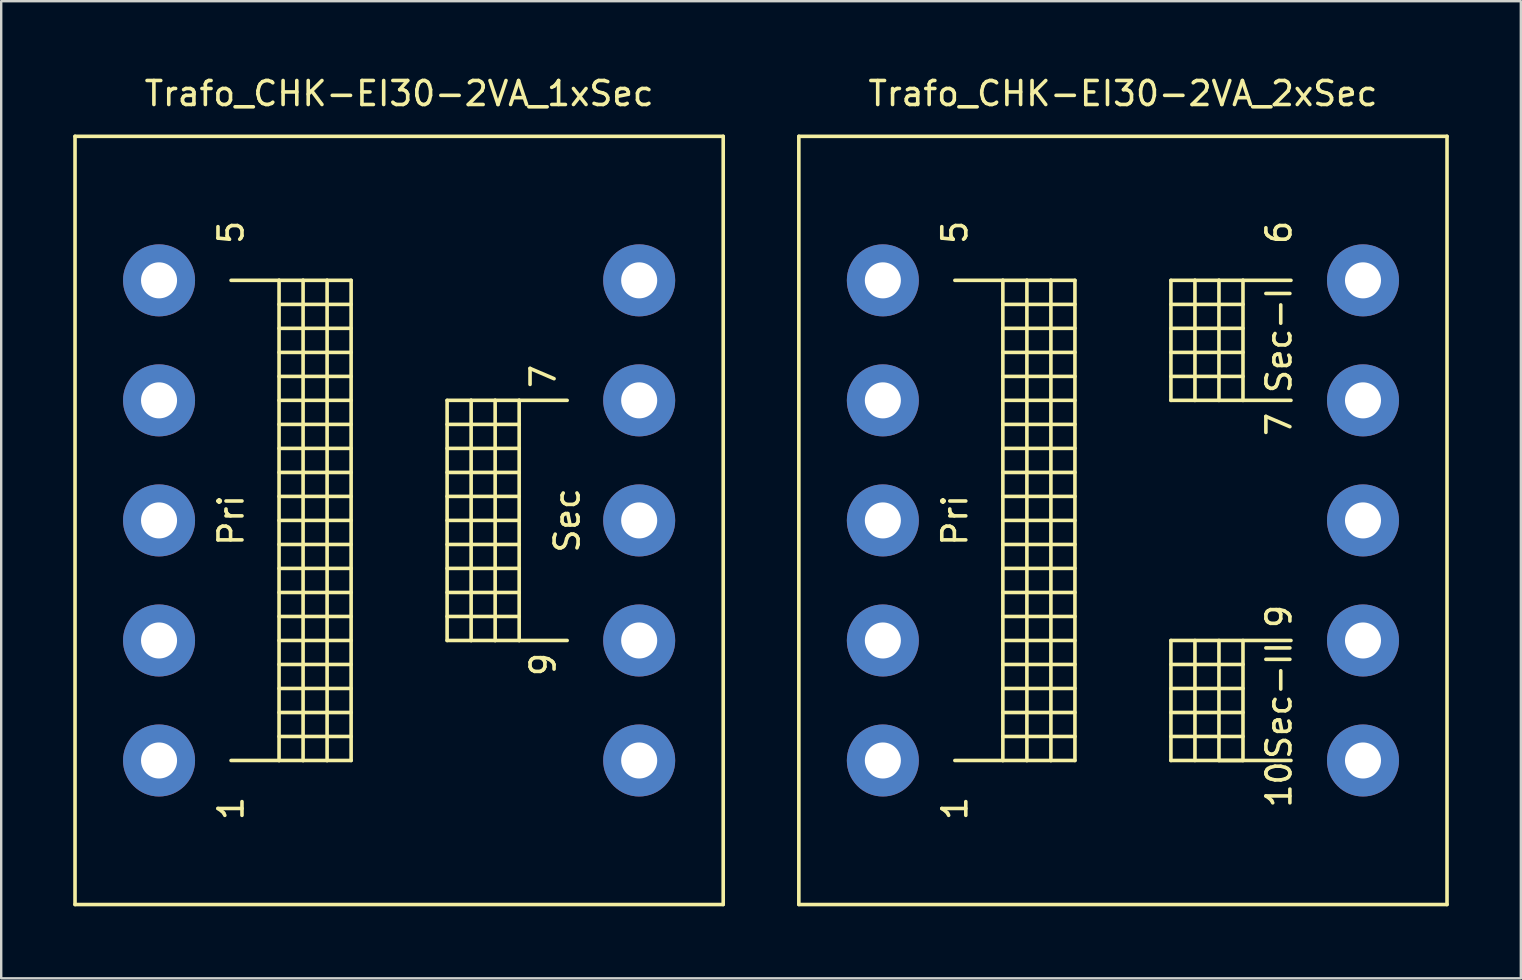
<source format=kicad_pcb>
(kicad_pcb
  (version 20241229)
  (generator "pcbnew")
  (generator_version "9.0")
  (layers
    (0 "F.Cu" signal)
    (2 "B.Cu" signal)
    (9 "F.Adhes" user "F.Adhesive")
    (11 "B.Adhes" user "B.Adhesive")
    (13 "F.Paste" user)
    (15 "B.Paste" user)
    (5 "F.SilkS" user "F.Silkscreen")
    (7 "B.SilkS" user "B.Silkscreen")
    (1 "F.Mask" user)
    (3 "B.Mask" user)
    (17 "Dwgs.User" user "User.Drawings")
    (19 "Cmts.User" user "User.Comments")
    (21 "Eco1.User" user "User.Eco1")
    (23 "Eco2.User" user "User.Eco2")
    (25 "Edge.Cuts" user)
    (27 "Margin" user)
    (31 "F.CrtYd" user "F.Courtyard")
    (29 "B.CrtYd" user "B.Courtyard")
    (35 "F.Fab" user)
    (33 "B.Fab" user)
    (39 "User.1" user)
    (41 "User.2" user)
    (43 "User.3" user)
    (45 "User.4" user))
  (footprint "Trafo_CHK-EI30-2VA_2xSec"
    (layer "F.Cu")
    (at 43.725 18.628)
    (property "Reference" "Trafo_CHK-EI30-2VA_2xSec" (at 0 -17.78 0) (layer "F.SilkS") (effects (font (size 1 1) (thickness 0.15))))
    (attr through_hole)
    (fp_line (start -13.5 -15.999) (end -13.5 15.999) (stroke (width 0.15) (type solid)) (layer "F.SilkS"))
    (fp_line (start -13.5 15.999) (end 13.5 15.999) (stroke (width 0.15) (type solid)) (layer "F.SilkS"))
    (fp_line (start -7 -10) (end -5.001 -10) (stroke (width 0.15) (type solid)) (layer "F.SilkS"))
    (fp_line (start -5.001 -10) (end -5.001 10) (stroke (width 0.15) (type solid)) (layer "F.SilkS"))
    (fp_line (start -5.001 -10) (end -4 -10) (stroke (width 0.15) (type solid)) (layer "F.SilkS"))
    (fp_line (start -5.001 -8.999) (end -1.999 -8.999) (stroke (width 0.15) (type solid)) (layer "F.SilkS"))
    (fp_line (start -5.001 -7) (end -1.999 -7) (stroke (width 0.15) (type solid)) (layer "F.SilkS"))
    (fp_line (start -5.001 -5.001) (end -1.999 -5.001) (stroke (width 0.15) (type solid)) (layer "F.SilkS"))
    (fp_line (start -5.001 -3) (end -1.999 -3) (stroke (width 0.15) (type solid)) (layer "F.SilkS"))
    (fp_line (start -5.001 -1.001) (end -1.999 -1.001) (stroke (width 0.15) (type solid)) (layer "F.SilkS"))
    (fp_line (start -5.001 1.001) (end -1.999 1.001) (stroke (width 0.15) (type solid)) (layer "F.SilkS"))
    (fp_line (start -5.001 3) (end -1.999 3) (stroke (width 0.15) (type solid)) (layer "F.SilkS"))
    (fp_line (start -5.001 5.001) (end -1.999 5.001) (stroke (width 0.15) (type solid)) (layer "F.SilkS"))
    (fp_line (start -5.001 7) (end -1.999 7) (stroke (width 0.15) (type solid)) (layer "F.SilkS"))
    (fp_line (start -5.001 8.999) (end -1.999 8.999) (stroke (width 0.15) (type solid)) (layer "F.SilkS"))
    (fp_line (start -5.001 10) (end -7 10) (stroke (width 0.15) (type solid)) (layer "F.SilkS"))
    (fp_line (start -4 -10) (end -4 10) (stroke (width 0.15) (type solid)) (layer "F.SilkS"))
    (fp_line (start -4 -10) (end -3 -10) (stroke (width 0.15) (type solid)) (layer "F.SilkS"))
    (fp_line (start -4 10) (end -5.001 10) (stroke (width 0.15) (type solid)) (layer "F.SilkS"))
    (fp_line (start -3 -10) (end -3 10) (stroke (width 0.15) (type solid)) (layer "F.SilkS"))
    (fp_line (start -3 -10) (end -1.999 -10) (stroke (width 0.15) (type solid)) (layer "F.SilkS"))
    (fp_line (start -3 10) (end -4 10) (stroke (width 0.15) (type solid)) (layer "F.SilkS"))
    (fp_line (start -1.999 -10) (end -1.999 10) (stroke (width 0.15) (type solid)) (layer "F.SilkS"))
    (fp_line (start -1.999 -8.001) (end -5.001 -8.001) (stroke (width 0.15) (type solid)) (layer "F.SilkS"))
    (fp_line (start -1.999 -5.999) (end -5.001 -5.999) (stroke (width 0.15) (type solid)) (layer "F.SilkS"))
    (fp_line (start -1.999 -4) (end -5.001 -4) (stroke (width 0.15) (type solid)) (layer "F.SilkS"))
    (fp_line (start -1.999 -1.999) (end -5.001 -1.999) (stroke (width 0.15) (type solid)) (layer "F.SilkS"))
    (fp_line (start -1.999 0) (end -5.001 0) (stroke (width 0.15) (type solid)) (layer "F.SilkS"))
    (fp_line (start -1.999 1.999) (end -5.001 1.999) (stroke (width 0.15) (type solid)) (layer "F.SilkS"))
    (fp_line (start -1.999 4) (end -5.001 4) (stroke (width 0.15) (type solid)) (layer "F.SilkS"))
    (fp_line (start -1.999 5.999) (end -5.001 5.999) (stroke (width 0.15) (type solid)) (layer "F.SilkS"))
    (fp_line (start -1.999 8.001) (end -5.001 8.001) (stroke (width 0.15) (type solid)) (layer "F.SilkS"))
    (fp_line (start -1.999 10) (end -3 10) (stroke (width 0.15) (type solid)) (layer "F.SilkS"))
    (fp_line (start 1.999 -10) (end 1.999 -5.001) (stroke (width 0.15) (type solid)) (layer "F.SilkS"))
    (fp_line (start 1.999 -8.999) (end 5.001 -8.999) (stroke (width 0.15) (type solid)) (layer "F.SilkS"))
    (fp_line (start 1.999 -7) (end 5.001 -7) (stroke (width 0.15) (type solid)) (layer "F.SilkS"))
    (fp_line (start 1.999 -5.001) (end 3 -5.001) (stroke (width 0.15) (type solid)) (layer "F.SilkS"))
    (fp_line (start 1.999 5.001) (end 1.999 10) (stroke (width 0.15) (type solid)) (layer "F.SilkS"))
    (fp_line (start 1.999 5.999) (end 5.001 5.999) (stroke (width 0.15) (type solid)) (layer "F.SilkS"))
    (fp_line (start 1.999 8.001) (end 5.001 8.001) (stroke (width 0.15) (type solid)) (layer "F.SilkS"))
    (fp_line (start 1.999 10) (end 7 10) (stroke (width 0.15) (type solid)) (layer "F.SilkS"))
    (fp_line (start 3 -10) (end 1.999 -10) (stroke (width 0.15) (type solid)) (layer "F.SilkS"))
    (fp_line (start 3 -10) (end 3 -5.001) (stroke (width 0.15) (type solid)) (layer "F.SilkS"))
    (fp_line (start 3 -5.001) (end 4 -5.001) (stroke (width 0.15) (type solid)) (layer "F.SilkS"))
    (fp_line (start 3 5.001) (end 3 10) (stroke (width 0.15) (type solid)) (layer "F.SilkS"))
    (fp_line (start 4 -10) (end 3 -10) (stroke (width 0.15) (type solid)) (layer "F.SilkS"))
    (fp_line (start 4 -10) (end 4 -5.001) (stroke (width 0.15) (type solid)) (layer "F.SilkS"))
    (fp_line (start 4 -5.001) (end 5.001 -5.001) (stroke (width 0.15) (type solid)) (layer "F.SilkS"))
    (fp_line (start 4 10) (end 4 5.001) (stroke (width 0.15) (type solid)) (layer "F.SilkS"))
    (fp_line (start 5.001 -10) (end 4 -10) (stroke (width 0.15) (type solid)) (layer "F.SilkS"))
    (fp_line (start 5.001 -10) (end 5.001 -5.001) (stroke (width 0.15) (type solid)) (layer "F.SilkS"))
    (fp_line (start 5.001 -8.001) (end 1.999 -8.001) (stroke (width 0.15) (type solid)) (layer "F.SilkS"))
    (fp_line (start 5.001 -5.999) (end 1.999 -5.999) (stroke (width 0.15) (type solid)) (layer "F.SilkS"))
    (fp_line (start 5.001 -5.001) (end 7 -5.001) (stroke (width 0.15) (type solid)) (layer "F.SilkS"))
    (fp_line (start 5.001 5.001) (end 5.001 10) (stroke (width 0.15) (type solid)) (layer "F.SilkS"))
    (fp_line (start 5.001 7) (end 1.999 7) (stroke (width 0.15) (type solid)) (layer "F.SilkS"))
    (fp_line (start 5.001 8.999) (end 1.999 8.999) (stroke (width 0.15) (type solid)) (layer "F.SilkS"))
    (fp_line (start 5.001 10) (end 4 10) (stroke (width 0.15) (type solid)) (layer "F.SilkS"))
    (fp_line (start 7 -10) (end 5.001 -10) (stroke (width 0.15) (type solid)) (layer "F.SilkS"))
    (fp_line (start 7 5.001) (end 1.999 5.001) (stroke (width 0.15) (type solid)) (layer "F.SilkS"))
    (fp_line (start 13.5 -15.999) (end -13.5 -15.999) (stroke (width 0.15) (type solid)) (layer "F.SilkS"))
    (fp_line (start 13.5 15.999) (end 13.5 -15.999) (stroke (width 0.15) (type solid)) (layer "F.SilkS"))
    (fp_text user "Sec-I" (at 6.5 -7.501 90) (layer "F.SilkS") (effects (font (size 1 1) (thickness 0.15))))
    (fp_text user "Pri" (at -7 0 90) (layer "F.SilkS") (effects (font (size 1 1) (thickness 0.15))))
    (fp_text user "1" (at -7 11.999 90) (layer "F.SilkS") (effects (font (size 1 1) (thickness 0.15))))
    (fp_text user "5" (at -7 -11.999 90) (layer "F.SilkS") (effects (font (size 1 1) (thickness 0.15))))
    (fp_text user "Sec-II" (at 6.5 7.501 90) (layer "F.SilkS") (effects (font (size 1 1) (thickness 0.15))))
    (fp_text user "7" (at 6.5 -4 90) (layer "F.SilkS") (effects (font (size 1 1) (thickness 0.15))))
    (fp_text user "10" (at 6.5 11.001 90) (layer "F.SilkS") (effects (font (size 1 1) (thickness 0.15))))
    (fp_text user "9" (at 6.5 4 90) (layer "F.SilkS") (effects (font (size 1 1) (thickness 0.15))))
    (fp_text user "6" (at 6.5 -11.999 90) (layer "F.SilkS") (effects (font (size 1 1) (thickness 0.15))))
    (pad "1" thru_hole circle (at -10 10) (size 3 3) (drill 1.501) (layers "*.Cu" "*.Mask"))
    (pad "2" thru_hole circle (at -10 5.001) (size 3 3) (drill 1.501) (layers "*.Cu" "*.Mask"))
    (pad "3" thru_hole circle (at -10 0) (size 3 3) (drill 1.501) (layers "*.Cu" "*.Mask"))
    (pad "4" thru_hole circle (at -10 -5.001) (size 3 3) (drill 1.501) (layers "*.Cu" "*.Mask"))
    (pad "5" thru_hole circle (at -10 -10) (size 3 3) (drill 1.501) (layers "*.Cu" "*.Mask"))
    (pad "6" thru_hole circle (at 10 -10) (size 3 3) (drill 1.501) (layers "*.Cu" "*.Mask"))
    (pad "7" thru_hole circle (at 10 -5.001) (size 3 3) (drill 1.501) (layers "*.Cu" "*.Mask"))
    (pad "8" thru_hole circle (at 10 0) (size 3 3) (drill 1.501) (layers "*.Cu" "*.Mask"))
    (pad "9" thru_hole circle (at 10 5.001) (size 3 3) (drill 1.501) (layers "*.Cu" "*.Mask"))
    (pad "10" thru_hole circle (at 10 10) (size 3 3) (drill 1.501) (layers "*.Cu" "*.Mask")))
  (footprint "Trafo_CHK-EI30-2VA_1xSec"
    (layer "F.Cu")
    (at 13.575 18.628)
    (property "Reference" "Trafo_CHK-EI30-2VA_1xSec" (at 0 -17.78 0) (layer "F.SilkS") (effects (font (size 1 1) (thickness 0.15))))
    (attr through_hole)
    (fp_line (start -13.5 -15.999) (end -13.5 15.999) (stroke (width 0.15) (type solid)) (layer "F.SilkS"))
    (fp_line (start -13.5 15.999) (end 13.5 15.999) (stroke (width 0.15) (type solid)) (layer "F.SilkS"))
    (fp_line (start -7 -10) (end -5.001 -10) (stroke (width 0.15) (type solid)) (layer "F.SilkS"))
    (fp_line (start -5.001 -10) (end -5.001 10) (stroke (width 0.15) (type solid)) (layer "F.SilkS"))
    (fp_line (start -5.001 -10) (end -4 -10) (stroke (width 0.15) (type solid)) (layer "F.SilkS"))
    (fp_line (start -5.001 -8.999) (end -1.999 -8.999) (stroke (width 0.15) (type solid)) (layer "F.SilkS"))
    (fp_line (start -5.001 -7) (end -1.999 -7) (stroke (width 0.15) (type solid)) (layer "F.SilkS"))
    (fp_line (start -5.001 -5.001) (end -1.999 -5.001) (stroke (width 0.15) (type solid)) (layer "F.SilkS"))
    (fp_line (start -5.001 -3) (end -1.999 -3) (stroke (width 0.15) (type solid)) (layer "F.SilkS"))
    (fp_line (start -5.001 -1.001) (end -1.999 -1.001) (stroke (width 0.15) (type solid)) (layer "F.SilkS"))
    (fp_line (start -5.001 1.001) (end -1.999 1.001) (stroke (width 0.15) (type solid)) (layer "F.SilkS"))
    (fp_line (start -5.001 3) (end -1.999 3) (stroke (width 0.15) (type solid)) (layer "F.SilkS"))
    (fp_line (start -5.001 5.001) (end -1.999 5.001) (stroke (width 0.15) (type solid)) (layer "F.SilkS"))
    (fp_line (start -5.001 7) (end -1.999 7) (stroke (width 0.15) (type solid)) (layer "F.SilkS"))
    (fp_line (start -5.001 8.999) (end -1.999 8.999) (stroke (width 0.15) (type solid)) (layer "F.SilkS"))
    (fp_line (start -5.001 10) (end -7 10) (stroke (width 0.15) (type solid)) (layer "F.SilkS"))
    (fp_line (start -4 -10) (end -4 10) (stroke (width 0.15) (type solid)) (layer "F.SilkS"))
    (fp_line (start -4 -10) (end -3 -10) (stroke (width 0.15) (type solid)) (layer "F.SilkS"))
    (fp_line (start -4 10) (end -5.001 10) (stroke (width 0.15) (type solid)) (layer "F.SilkS"))
    (fp_line (start -3 -10) (end -3 10) (stroke (width 0.15) (type solid)) (layer "F.SilkS"))
    (fp_line (start -3 -10) (end -1.999 -10) (stroke (width 0.15) (type solid)) (layer "F.SilkS"))
    (fp_line (start -3 10) (end -4 10) (stroke (width 0.15) (type solid)) (layer "F.SilkS"))
    (fp_line (start -1.999 -10) (end -1.999 10) (stroke (width 0.15) (type solid)) (layer "F.SilkS"))
    (fp_line (start -1.999 -8.001) (end -5.001 -8.001) (stroke (width 0.15) (type solid)) (layer "F.SilkS"))
    (fp_line (start -1.999 -5.999) (end -5.001 -5.999) (stroke (width 0.15) (type solid)) (layer "F.SilkS"))
    (fp_line (start -1.999 -4) (end -5.001 -4) (stroke (width 0.15) (type solid)) (layer "F.SilkS"))
    (fp_line (start -1.999 -1.999) (end -5.001 -1.999) (stroke (width 0.15) (type solid)) (layer "F.SilkS"))
    (fp_line (start -1.999 0) (end -5.001 0) (stroke (width 0.15) (type solid)) (layer "F.SilkS"))
    (fp_line (start -1.999 1.999) (end -5.001 1.999) (stroke (width 0.15) (type solid)) (layer "F.SilkS"))
    (fp_line (start -1.999 4) (end -5.001 4) (stroke (width 0.15) (type solid)) (layer "F.SilkS"))
    (fp_line (start -1.999 5.999) (end -5.001 5.999) (stroke (width 0.15) (type solid)) (layer "F.SilkS"))
    (fp_line (start -1.999 8.001) (end -5.001 8.001) (stroke (width 0.15) (type solid)) (layer "F.SilkS"))
    (fp_line (start -1.999 10) (end -3 10) (stroke (width 0.15) (type solid)) (layer "F.SilkS"))
    (fp_line (start 1.999 -5.001) (end 1.999 5.001) (stroke (width 0.15) (type solid)) (layer "F.SilkS"))
    (fp_line (start 1.999 -4) (end 5.001 -4) (stroke (width 0.15) (type solid)) (layer "F.SilkS"))
    (fp_line (start 1.999 -1.999) (end 5.001 -1.999) (stroke (width 0.15) (type solid)) (layer "F.SilkS"))
    (fp_line (start 1.999 0) (end 5.001 0) (stroke (width 0.15) (type solid)) (layer "F.SilkS"))
    (fp_line (start 1.999 1.999) (end 5.001 1.999) (stroke (width 0.15) (type solid)) (layer "F.SilkS"))
    (fp_line (start 1.999 4) (end 5.001 4) (stroke (width 0.15) (type solid)) (layer "F.SilkS"))
    (fp_line (start 1.999 5.001) (end 3 5.001) (stroke (width 0.15) (type solid)) (layer "F.SilkS"))
    (fp_line (start 3 -5.001) (end 1.999 -5.001) (stroke (width 0.15) (type solid)) (layer "F.SilkS"))
    (fp_line (start 3 -5.001) (end 3 5.001) (stroke (width 0.15) (type solid)) (layer "F.SilkS"))
    (fp_line (start 3 5.001) (end 4 5.001) (stroke (width 0.15) (type solid)) (layer "F.SilkS"))
    (fp_line (start 4 -5.001) (end 3 -5.001) (stroke (width 0.15) (type solid)) (layer "F.SilkS"))
    (fp_line (start 4 -5.001) (end 4 5.001) (stroke (width 0.15) (type solid)) (layer "F.SilkS"))
    (fp_line (start 4 5.001) (end 5.001 5.001) (stroke (width 0.15) (type solid)) (layer "F.SilkS"))
    (fp_line (start 5.001 -5.001) (end 4 -5.001) (stroke (width 0.15) (type solid)) (layer "F.SilkS"))
    (fp_line (start 5.001 -5.001) (end 5.001 5.001) (stroke (width 0.15) (type solid)) (layer "F.SilkS"))
    (fp_line (start 5.001 -3) (end 1.999 -3) (stroke (width 0.15) (type solid)) (layer "F.SilkS"))
    (fp_line (start 5.001 -1.001) (end 1.999 -1.001) (stroke (width 0.15) (type solid)) (layer "F.SilkS"))
    (fp_line (start 5.001 1.001) (end 1.999 1.001) (stroke (width 0.15) (type solid)) (layer "F.SilkS"))
    (fp_line (start 5.001 3) (end 1.999 3) (stroke (width 0.15) (type solid)) (layer "F.SilkS"))
    (fp_line (start 5.001 5.001) (end 7 5.001) (stroke (width 0.15) (type solid)) (layer "F.SilkS"))
    (fp_line (start 7 -5.001) (end 5.001 -5.001) (stroke (width 0.15) (type solid)) (layer "F.SilkS"))
    (fp_line (start 13.5 -15.999) (end -13.5 -15.999) (stroke (width 0.15) (type solid)) (layer "F.SilkS"))
    (fp_line (start 13.5 15.999) (end 13.5 -15.999) (stroke (width 0.15) (type solid)) (layer "F.SilkS"))
    (fp_text user "1" (at -7 11.999 90) (layer "F.SilkS") (effects (font (size 1 1) (thickness 0.15))))
    (fp_text user "Pri" (at -7 0 90) (layer "F.SilkS") (effects (font (size 1 1) (thickness 0.15))))
    (fp_text user "5" (at -7 -11.999 90) (layer "F.SilkS") (effects (font (size 1 1) (thickness 0.15))))
    (fp_text user "Sec" (at 7 0 90) (layer "F.SilkS") (effects (font (size 1 1) (thickness 0.15))))
    (fp_text user "7" (at 5.999 -5.999 90) (layer "F.SilkS") (effects (font (size 1 1) (thickness 0.15))))
    (fp_text user "9" (at 5.999 6.002 90) (layer "F.SilkS") (effects (font (size 1 1) (thickness 0.15))))
    (pad "1" thru_hole circle (at -10 10) (size 3 3) (drill 1.501) (layers "*.Cu" "*.Mask"))
    (pad "2" thru_hole circle (at -10 5.001) (size 3 3) (drill 1.501) (layers "*.Cu" "*.Mask"))
    (pad "3" thru_hole circle (at -10 0) (size 3 3) (drill 1.501) (layers "*.Cu" "*.Mask"))
    (pad "4" thru_hole circle (at -10 -5.001) (size 3 3) (drill 1.501) (layers "*.Cu" "*.Mask"))
    (pad "5" thru_hole circle (at -10 -10) (size 3 3) (drill 1.501) (layers "*.Cu" "*.Mask"))
    (pad "6" thru_hole circle (at 10 -10) (size 3 3) (drill 1.501) (layers "*.Cu" "*.Mask"))
    (pad "7" thru_hole circle (at 10 -5.001) (size 3 3) (drill 1.501) (layers "*.Cu" "*.Mask"))
    (pad "8" thru_hole circle (at 10 0) (size 3 3) (drill 1.501) (layers "*.Cu" "*.Mask"))
    (pad "9" thru_hole circle (at 10 5.001) (size 3 3) (drill 1.501) (layers "*.Cu" "*.Mask"))
    (pad "10" thru_hole circle (at 10 10) (size 3 3) (drill 1.501) (layers "*.Cu" "*.Mask")))
  (gr_rect
    (start -3 -3)
    (end 60.3 37.703)
    (stroke (width 0.1) (type default))
    (fill no)
    (layer "Edge.Cuts")))
</source>
